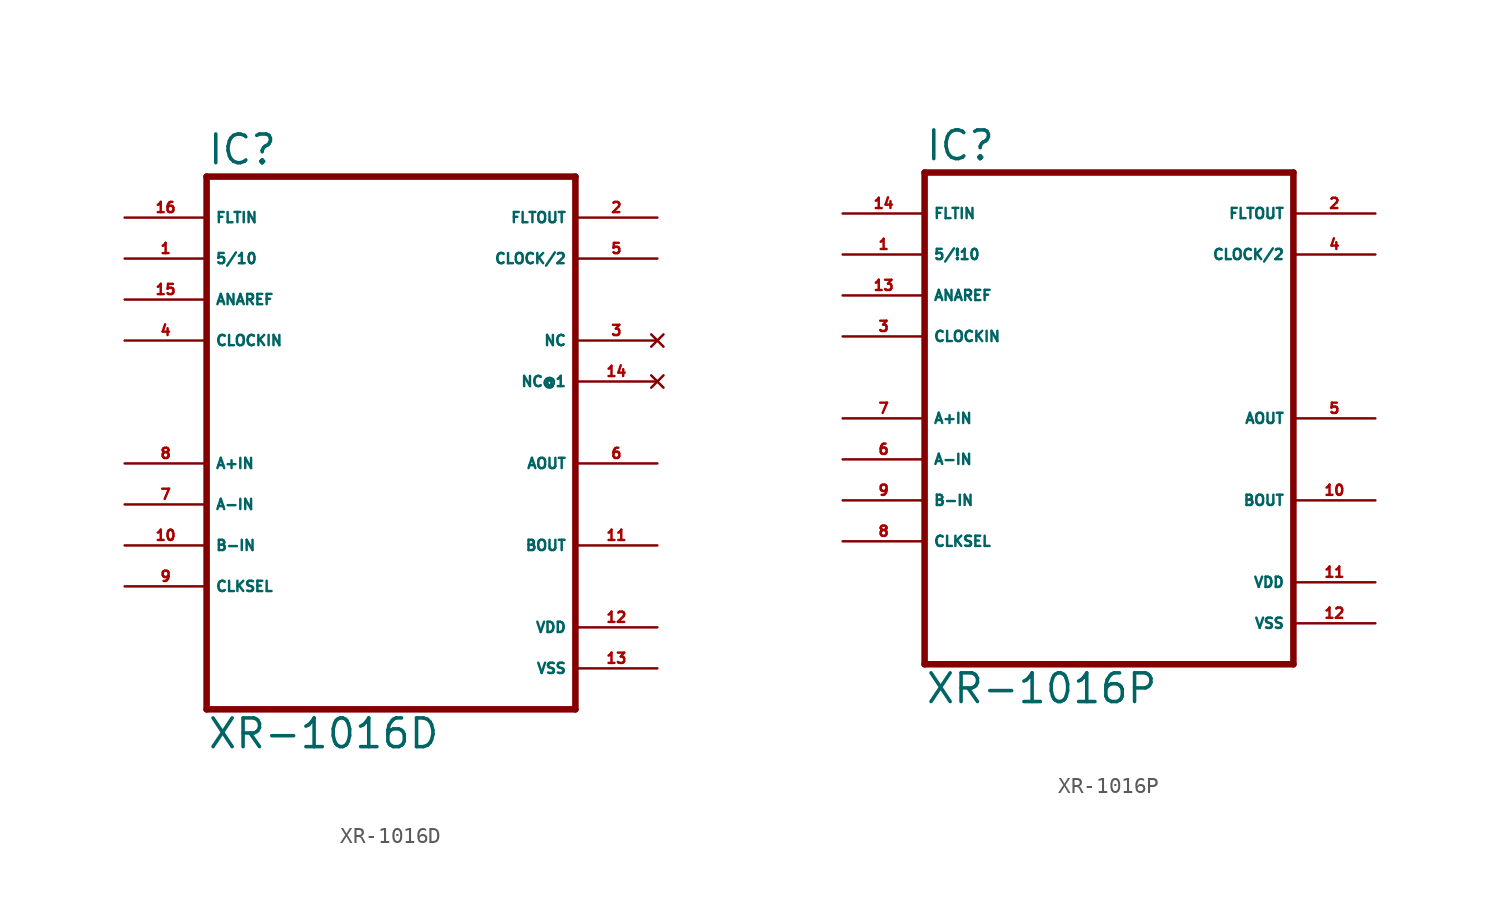
<source format=kicad_sym>
(kicad_symbol_lib
  (version 20220914)
  (generator Eagle2Kicad)
  (symbol "XR-1016D"
    (property "Reference" "IC"
      (at -12.7 18.415 0)
      (effects (font (size 1.778 1.778) (thickness 0.22)) (justify left bottom)))
    (property "Value" "XR-1016D"
      (at -12.7 -17.78 0)
      (effects (font (size 1.778 1.778) (thickness 0.22)) (justify left bottom)))
    (polyline
      (pts (xy 10.16 -15.24) (xy -12.7 -15.24))
      (stroke (width 0.406) (type default))
      (fill (type none)))
    (polyline
      (pts (xy -12.7 -15.24) (xy -12.7 17.78))
      (stroke (width 0.406) (type default))
      (fill (type none)))
    (polyline
      (pts (xy -12.7 17.78) (xy 10.16 17.78))
      (stroke (width 0.406) (type default))
      (fill (type none)))
    (polyline
      (pts (xy 10.16 17.78) (xy 10.16 -15.24))
      (stroke (width 0.406) (type default))
      (fill (type none)))
    (pin input line
      (at -17.78 12.7 0)
      (length 5.08)
      (name "5/10" (effects (font (size 0.635 0.635) (thickness 0.08)) (justify left bottom)))
      (number "1" (effects (font (size 0.635 0.635) (thickness 0.08)) (justify left bottom))))
    (pin input line
      (at -17.78 7.62 0)
      (length 5.08)
      (name "CLOCKIN" (effects (font (size 0.635 0.635) (thickness 0.08)) (justify left bottom)))
      (number "4" (effects (font (size 0.635 0.635) (thickness 0.08)) (justify left bottom))))
    (pin input line
      (at -17.78 10.16 0)
      (length 5.08)
      (name "ANAREF" (effects (font (size 0.635 0.635) (thickness 0.08)) (justify left bottom)))
      (number "15" (effects (font (size 0.635 0.635) (thickness 0.08)) (justify left bottom))))
    (pin input line
      (at -17.78 15.24 0)
      (length 5.08)
      (name "FLTIN" (effects (font (size 0.635 0.635) (thickness 0.08)) (justify left bottom)))
      (number "16" (effects (font (size 0.635 0.635) (thickness 0.08)) (justify left bottom))))
    (pin output line
      (at 15.24 15.24 180)
      (length 5.08)
      (name "FLTOUT" (effects (font (size 0.635 0.635) (thickness 0.08)) (justify left bottom)))
      (number "2" (effects (font (size 0.635 0.635) (thickness 0.08)) (justify left bottom))))
    (pin output line
      (at 15.24 12.7 180)
      (length 5.08)
      (name "CLOCK/2" (effects (font (size 0.635 0.635) (thickness 0.08)) (justify left bottom)))
      (number "5" (effects (font (size 0.635 0.635) (thickness 0.08)) (justify left bottom))))
    (pin unspecified line
      (at 15.24 -10.16 180)
      (length 5.08)
      (name "VDD" (effects (font (size 0.635 0.635) (thickness 0.08)) (justify left bottom)))
      (number "12" (effects (font (size 0.635 0.635) (thickness 0.08)) (justify left bottom))))
    (pin unspecified line
      (at 15.24 -12.7 180)
      (length 5.08)
      (name "VSS" (effects (font (size 0.635 0.635) (thickness 0.08)) (justify left bottom)))
      (number "13" (effects (font (size 0.635 0.635) (thickness 0.08)) (justify left bottom))))
    (pin input line
      (at -17.78 0 0)
      (length 5.08)
      (name "A+IN" (effects (font (size 0.635 0.635) (thickness 0.08)) (justify left bottom)))
      (number "8" (effects (font (size 0.635 0.635) (thickness 0.08)) (justify left bottom))))
    (pin input line
      (at -17.78 -2.54 0)
      (length 5.08)
      (name "A-IN" (effects (font (size 0.635 0.635) (thickness 0.08)) (justify left bottom)))
      (number "7" (effects (font (size 0.635 0.635) (thickness 0.08)) (justify left bottom))))
    (pin input line
      (at -17.78 -5.08 0)
      (length 5.08)
      (name "B-IN" (effects (font (size 0.635 0.635) (thickness 0.08)) (justify left bottom)))
      (number "10" (effects (font (size 0.635 0.635) (thickness 0.08)) (justify left bottom))))
    (pin input line
      (at -17.78 -7.62 0)
      (length 5.08)
      (name "CLKSEL" (effects (font (size 0.635 0.635) (thickness 0.08)) (justify left bottom)))
      (number "9" (effects (font (size 0.635 0.635) (thickness 0.08)) (justify left bottom))))
    (pin output line
      (at 15.24 0 180)
      (length 5.08)
      (name "AOUT" (effects (font (size 0.635 0.635) (thickness 0.08)) (justify left bottom)))
      (number "6" (effects (font (size 0.635 0.635) (thickness 0.08)) (justify left bottom))))
    (pin output line
      (at 15.24 -5.08 180)
      (length 5.08)
      (name "BOUT" (effects (font (size 0.635 0.635) (thickness 0.08)) (justify left bottom)))
      (number "11" (effects (font (size 0.635 0.635) (thickness 0.08)) (justify left bottom))))
    (pin no_connect line
      (at 15.24 7.62 180)
      (length 5.08)
      (name "NC" (effects (font (size 0.635 0.635) (thickness 0.08)) (justify left bottom) hide))
      (number "3" (effects (font (size 0.635 0.635) (thickness 0.08)) (justify left bottom) hide)))
    (pin no_connect line
      (at 15.24 5.08 180)
      (length 5.08)
      (name "NC@1" (effects (font (size 0.635 0.635) (thickness 0.08)) (justify left bottom) hide))
      (number "14" (effects (font (size 0.635 0.635) (thickness 0.08)) (justify left bottom) hide))))
  (symbol "XR-1016P"
    (property "Reference" "IC"
      (at -12.7 15.875 0)
      (effects (font (size 1.778 1.778) (thickness 0.22)) (justify left bottom)))
    (property "Value" "XR-1016P"
      (at -12.7 -17.78 0)
      (effects (font (size 1.778 1.778) (thickness 0.22)) (justify left bottom)))
    (polyline
      (pts (xy 10.16 -15.24) (xy -12.7 -15.24))
      (stroke (width 0.406) (type default))
      (fill (type none)))
    (polyline
      (pts (xy -12.7 -15.24) (xy -12.7 15.24))
      (stroke (width 0.406) (type default))
      (fill (type none)))
    (polyline
      (pts (xy -12.7 15.24) (xy 10.16 15.24))
      (stroke (width 0.406) (type default))
      (fill (type none)))
    (polyline
      (pts (xy 10.16 15.24) (xy 10.16 -15.24))
      (stroke (width 0.406) (type default))
      (fill (type none)))
    (pin input line
      (at -17.78 10.16 0)
      (length 5.08)
      (name "5/!10" (effects (font (size 0.635 0.635) (thickness 0.08)) (justify left bottom)))
      (number "1" (effects (font (size 0.635 0.635) (thickness 0.08)) (justify left bottom))))
    (pin input line
      (at -17.78 5.08 0)
      (length 5.08)
      (name "CLOCKIN" (effects (font (size 0.635 0.635) (thickness 0.08)) (justify left bottom)))
      (number "3" (effects (font (size 0.635 0.635) (thickness 0.08)) (justify left bottom))))
    (pin input line
      (at -17.78 7.62 0)
      (length 5.08)
      (name "ANAREF" (effects (font (size 0.635 0.635) (thickness 0.08)) (justify left bottom)))
      (number "13" (effects (font (size 0.635 0.635) (thickness 0.08)) (justify left bottom))))
    (pin input line
      (at -17.78 12.7 0)
      (length 5.08)
      (name "FLTIN" (effects (font (size 0.635 0.635) (thickness 0.08)) (justify left bottom)))
      (number "14" (effects (font (size 0.635 0.635) (thickness 0.08)) (justify left bottom))))
    (pin output line
      (at 15.24 12.7 180)
      (length 5.08)
      (name "FLTOUT" (effects (font (size 0.635 0.635) (thickness 0.08)) (justify left bottom)))
      (number "2" (effects (font (size 0.635 0.635) (thickness 0.08)) (justify left bottom))))
    (pin output line
      (at 15.24 10.16 180)
      (length 5.08)
      (name "CLOCK/2" (effects (font (size 0.635 0.635) (thickness 0.08)) (justify left bottom)))
      (number "4" (effects (font (size 0.635 0.635) (thickness 0.08)) (justify left bottom))))
    (pin unspecified line
      (at 15.24 -10.16 180)
      (length 5.08)
      (name "VDD" (effects (font (size 0.635 0.635) (thickness 0.08)) (justify left bottom)))
      (number "11" (effects (font (size 0.635 0.635) (thickness 0.08)) (justify left bottom))))
    (pin unspecified line
      (at 15.24 -12.7 180)
      (length 5.08)
      (name "VSS" (effects (font (size 0.635 0.635) (thickness 0.08)) (justify left bottom)))
      (number "12" (effects (font (size 0.635 0.635) (thickness 0.08)) (justify left bottom))))
    (pin input line
      (at -17.78 0 0)
      (length 5.08)
      (name "A+IN" (effects (font (size 0.635 0.635) (thickness 0.08)) (justify left bottom)))
      (number "7" (effects (font (size 0.635 0.635) (thickness 0.08)) (justify left bottom))))
    (pin input line
      (at -17.78 -2.54 0)
      (length 5.08)
      (name "A-IN" (effects (font (size 0.635 0.635) (thickness 0.08)) (justify left bottom)))
      (number "6" (effects (font (size 0.635 0.635) (thickness 0.08)) (justify left bottom))))
    (pin input line
      (at -17.78 -5.08 0)
      (length 5.08)
      (name "B-IN" (effects (font (size 0.635 0.635) (thickness 0.08)) (justify left bottom)))
      (number "9" (effects (font (size 0.635 0.635) (thickness 0.08)) (justify left bottom))))
    (pin input line
      (at -17.78 -7.62 0)
      (length 5.08)
      (name "CLKSEL" (effects (font (size 0.635 0.635) (thickness 0.08)) (justify left bottom)))
      (number "8" (effects (font (size 0.635 0.635) (thickness 0.08)) (justify left bottom))))
    (pin output line
      (at 15.24 0 180)
      (length 5.08)
      (name "AOUT" (effects (font (size 0.635 0.635) (thickness 0.08)) (justify left bottom)))
      (number "5" (effects (font (size 0.635 0.635) (thickness 0.08)) (justify left bottom))))
    (pin output line
      (at 15.24 -5.08 180)
      (length 5.08)
      (name "BOUT" (effects (font (size 0.635 0.635) (thickness 0.08)) (justify left bottom)))
      (number "10" (effects (font (size 0.635 0.635) (thickness 0.08)) (justify left bottom))))))
</source>
